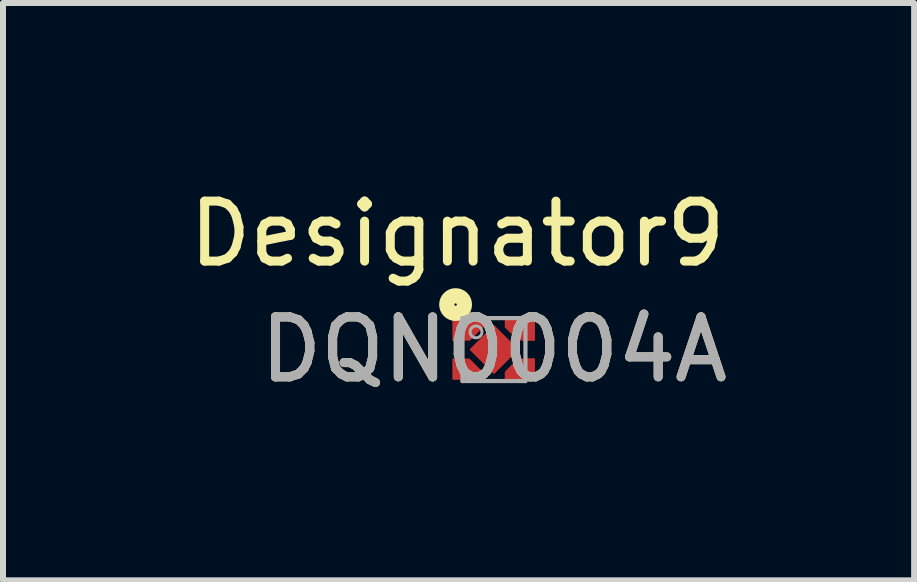
<source format=kicad_pcb>
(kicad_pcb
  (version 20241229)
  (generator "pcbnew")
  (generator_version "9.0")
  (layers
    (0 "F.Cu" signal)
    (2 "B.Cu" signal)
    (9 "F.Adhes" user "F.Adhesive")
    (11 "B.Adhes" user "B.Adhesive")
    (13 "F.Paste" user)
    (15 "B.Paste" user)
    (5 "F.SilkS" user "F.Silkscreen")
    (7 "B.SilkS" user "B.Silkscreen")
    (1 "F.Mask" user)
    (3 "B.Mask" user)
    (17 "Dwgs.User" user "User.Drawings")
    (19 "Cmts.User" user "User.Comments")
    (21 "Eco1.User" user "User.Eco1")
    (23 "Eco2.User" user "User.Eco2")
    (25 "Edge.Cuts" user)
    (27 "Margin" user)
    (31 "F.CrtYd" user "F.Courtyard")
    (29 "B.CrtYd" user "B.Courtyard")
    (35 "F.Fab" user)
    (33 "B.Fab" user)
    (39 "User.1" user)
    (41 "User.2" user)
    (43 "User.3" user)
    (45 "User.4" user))
  (footprint "DQN0004A"
    (layer "F.Cu")
    (at 5.187 2.779)
    (property "Reference" "DQN0004A" (at 0 0 0) (unlocked yes) (layer "F.SilkS") (effects (font (size 1 1) (thickness 0.15))))
    (attr smd)
    (fp_poly (pts (xy -0.69 -0.5) (xy -0.05 -0.5) (xy -0.4 -0.15) (xy -0.69 -0.15)) (stroke (width 0) (type solid)) (fill yes) (layer "F.Cu"))
    (fp_poly (pts (xy -0.41 0.15) (xy -0.69 0.15) (xy -0.69 0.15) (xy -0.69 0.5) (xy -0.19 0.5) (xy -0.19 0.37)) (stroke (width 0) (type solid)) (fill yes) (layer "F.Cu"))
    (fp_poly (pts (xy 0.4 0.15) (xy 0.68 0.15) (xy 0.68 0.15) (xy 0.68 0.5) (xy 0.18 0.5) (xy 0.18 0.37)) (stroke (width 0) (type solid)) (fill yes) (layer "F.Cu"))
    (fp_poly (pts (xy 0.4 -0.15) (xy 0.68 -0.15) (xy 0.68 -0.15) (xy 0.68 -0.5) (xy 0.18 -0.5) (xy 0.18 -0.37)) (stroke (width 0) (type solid)) (fill yes) (layer "F.Cu"))
    (fp_circle (center -0.64 -0.75) (end -0.62 -0.75) (stroke (width 0.254) (type solid)) (fill no) (layer "F.SilkS"))
    (fp_line (start -0.525 -0.525) (end 0.525 -0.525) (stroke (width 0.07) (type solid)) (layer "F.Fab"))
    (fp_line (start -0.525 0.525) (end -0.525 -0.525) (stroke (width 0.07) (type solid)) (layer "F.Fab"))
    (fp_line (start -0.525 0.525) (end 0.525 0.525) (stroke (width 0.07) (type solid)) (layer "F.Fab"))
    (fp_line (start 0.525 0.525) (end 0.525 -0.525) (stroke (width 0.07) (type solid)) (layer "F.Fab"))
    (fp_circle (center -0.299 -0.295) (end -0.2 -0.295) (stroke (width 0.05) (type solid)) (fill no) (layer "F.Fab"))
    (fp_text user "Designator9" (at -0.61 -1.93 0) (unlocked yes) (layer "F.SilkS") (effects (font (size 1 1) (thickness 0.15))))
    (fp_text user "${REFERENCE}" (at 0 0 0) (unlocked yes) (layer "F.Fab") (effects (font (size 1 1) (thickness 0.15))))
    (pad "1" smd rect (at -0.59 -0.325 90) (size 0.35 0.2) (layers "F.Cu" "F.Mask"))
    (pad "2" smd rect (at -0.59 0.325 90) (size 0.35 0.2) (layers "F.Cu" "F.Mask"))
    (pad "3" smd rect (at 0.58 0.325 90) (size 0.35 0.2) (layers "F.Cu" "F.Mask"))
    (pad "4" smd rect (at 0.58 -0.325 90) (size 0.35 0.2) (layers "F.Cu" "F.Mask"))
    (pad "5" smd rect (at 0 0 225) (size 0.58 0.58) (layers "F.Cu" "F.Mask" "F.Paste")))
  (gr_rect
    (start -3 -3)
    (end 12.193 6.627)
    (stroke (width 0.1) (type default))
    (fill no)
    (layer "Edge.Cuts")))
</source>
